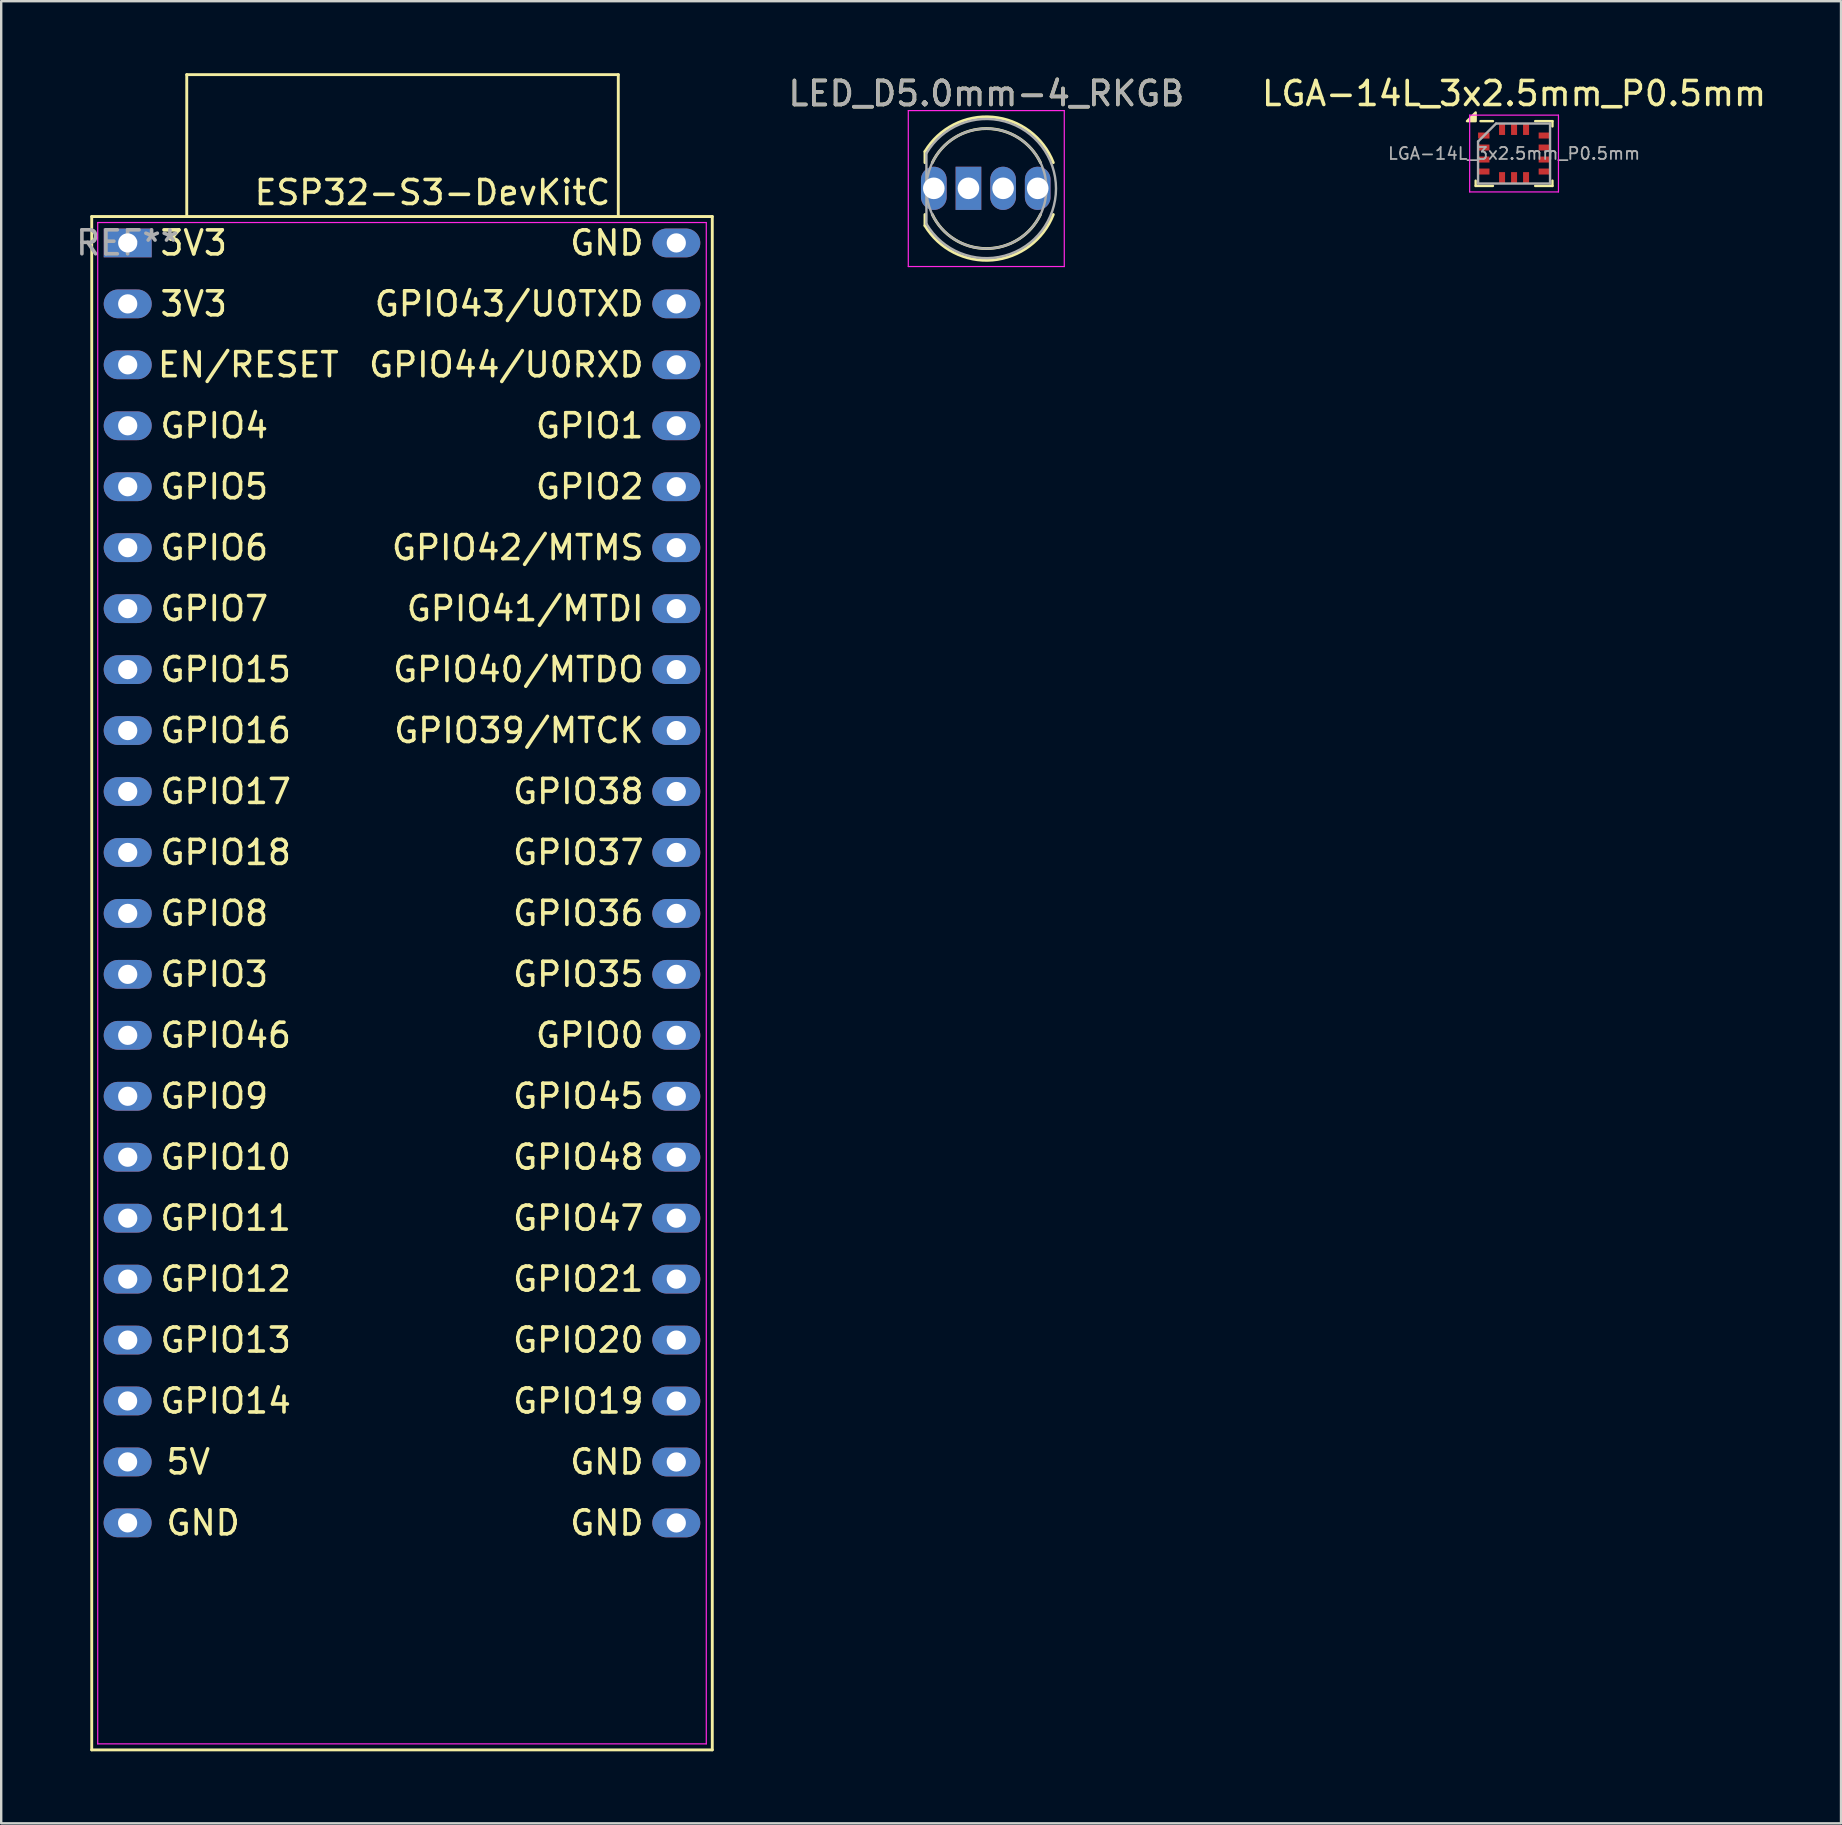
<source format=kicad_pcb>
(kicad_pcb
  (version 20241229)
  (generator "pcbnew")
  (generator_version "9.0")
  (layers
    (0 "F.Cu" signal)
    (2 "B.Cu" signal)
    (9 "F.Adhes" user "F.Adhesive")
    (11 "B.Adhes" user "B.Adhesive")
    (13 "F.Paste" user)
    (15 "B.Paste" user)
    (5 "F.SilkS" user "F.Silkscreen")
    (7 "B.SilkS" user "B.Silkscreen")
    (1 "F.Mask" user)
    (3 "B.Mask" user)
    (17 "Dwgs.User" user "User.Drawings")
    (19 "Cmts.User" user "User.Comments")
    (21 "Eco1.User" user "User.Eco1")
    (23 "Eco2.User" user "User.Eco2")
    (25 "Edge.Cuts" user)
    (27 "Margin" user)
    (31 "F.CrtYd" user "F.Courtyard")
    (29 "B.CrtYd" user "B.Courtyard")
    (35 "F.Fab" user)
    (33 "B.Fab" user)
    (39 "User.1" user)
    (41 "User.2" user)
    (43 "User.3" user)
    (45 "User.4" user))
  (footprint "ESP32-S3-DevKitC"
    (layer "F.Cu")
    (at 2.272 7.073)
    (property "Reference" "ESP32-S3-DevKitC" (at 12.7 -2.1 0) (layer "F.SilkS") (effects (font (size 1 1) (thickness 0.15))))
    (attr through_hole)
    (fp_line (start -1.5 62.797) (end 24.36 62.797) (stroke (width 0.12) (type solid)) (layer "F.SilkS"))
    (fp_line (start -1.5 -1.1) (end -1.5 62.797) (stroke (width 0.12) (type solid)) (layer "F.SilkS"))
    (fp_line (start 2.46 -7.013) (end 20.443 -7.013) (stroke (width 0.12) (type solid)) (layer "F.SilkS"))
    (fp_line (start 2.46 -1.12) (end 2.46 -7.013) (stroke (width 0.12) (type solid)) (layer "F.SilkS"))
    (fp_line (start 20.443 -7.013) (end 20.443 -1.12) (stroke (width 0.12) (type solid)) (layer "F.SilkS"))
    (fp_line (start 24.36 62.797) (end 24.36 -1.1) (stroke (width 0.12) (type solid)) (layer "F.SilkS"))
    (fp_line (start 24.36 -1.1) (end -1.5 -1.1) (stroke (width 0.12) (type solid)) (layer "F.SilkS"))
    (fp_line (start -1.25 -0.85) (end 24.11 -0.85) (stroke (width 0.05) (type solid)) (layer "F.CrtYd"))
    (fp_line (start -1.25 62.547) (end -1.25 -0.85) (stroke (width 0.05) (type solid)) (layer "F.CrtYd"))
    (fp_line (start 24.11 -0.85) (end 24.11 62.547) (stroke (width 0.05) (type solid)) (layer "F.CrtYd"))
    (fp_line (start 24.11 62.547) (end -1.25 62.547) (stroke (width 0.05) (type solid)) (layer "F.CrtYd"))
    (fp_text user "GPIO48" (at 21.59 38.1 0) (unlocked yes) (layer "F.SilkS") (effects (font (size 1 1) (thickness 0.15)) (justify right)))
    (fp_text user "GPIO36" (at 21.59 27.94 0) (unlocked yes) (layer "F.SilkS") (effects (font (size 1 1) (thickness 0.15)) (justify right)))
    (fp_text user "GPIO35" (at 21.59 30.48 0) (unlocked yes) (layer "F.SilkS") (effects (font (size 1 1) (thickness 0.15)) (justify right)))
    (fp_text user "GPIO45" (at 21.59 35.56 0) (unlocked yes) (layer "F.SilkS") (effects (font (size 1 1) (thickness 0.15)) (justify right)))
    (fp_text user "GPIO13" (at 1.27 45.72 0) (unlocked yes) (layer "F.SilkS") (effects (font (size 1 1) (thickness 0.15)) (justify left)))
    (fp_text user "GPIO12" (at 1.27 43.18 0) (unlocked yes) (layer "F.SilkS") (effects (font (size 1 1) (thickness 0.15)) (justify left)))
    (fp_text user "GPIO11" (at 1.27 40.64 0) (unlocked yes) (layer "F.SilkS") (effects (font (size 1 1) (thickness 0.15)) (justify left)))
    (fp_text user "GPIO43/U0TXD" (at 21.59 2.54 0) (unlocked yes) (layer "F.SilkS") (effects (font (size 1 1) (thickness 0.15)) (justify right)))
    (fp_text user "GPIO16" (at 1.27 20.32 0) (unlocked yes) (layer "F.SilkS") (effects (font (size 1 1) (thickness 0.15)) (justify left)))
    (fp_text user "GPIO4" (at 1.27 7.62 0) (unlocked yes) (layer "F.SilkS") (effects (font (size 1 1) (thickness 0.15)) (justify left)))
    (fp_text user "GPIO2" (at 21.59 10.16 0) (unlocked yes) (layer "F.SilkS") (effects (font (size 1 1) (thickness 0.15)) (justify right)))
    (fp_text user "3V3" (at 1.27 0 0) (unlocked yes) (layer "F.SilkS") (effects (font (size 1 1) (thickness 0.15)) (justify left)))
    (fp_text user "GPIO37" (at 21.59 25.4 0) (unlocked yes) (layer "F.SilkS") (effects (font (size 1 1) (thickness 0.15)) (justify right)))
    (fp_text user "GPIO40/MTDO" (at 21.59 17.78 0) (unlocked yes) (layer "F.SilkS") (effects (font (size 1 1) (thickness 0.15)) (justify right)))
    (fp_text user "GPIO17" (at 1.27 22.86 0) (unlocked yes) (layer "F.SilkS") (effects (font (size 1 1) (thickness 0.15)) (justify left)))
    (fp_text user "GPIO14" (at 1.27 48.26 0) (unlocked yes) (layer "F.SilkS") (effects (font (size 1 1) (thickness 0.15)) (justify left)))
    (fp_text user "GPIO18" (at 1.27 25.4 0) (unlocked yes) (layer "F.SilkS") (effects (font (size 1 1) (thickness 0.15)) (justify left)))
    (fp_text user "3V3" (at 1.27 2.54 0) (unlocked yes) (layer "F.SilkS") (effects (font (size 1 1) (thickness 0.15)) (justify left)))
    (fp_text user "GPIO3" (at 1.27 30.48 0) (unlocked yes) (layer "F.SilkS") (effects (font (size 1 1) (thickness 0.15)) (justify left)))
    (fp_text user "GND" (at 21.59 0 0) (unlocked yes) (layer "F.SilkS") (effects (font (size 1 1) (thickness 0.15)) (justify right)))
    (fp_text user "GPIO46" (at 1.27 33.02 0) (unlocked yes) (layer "F.SilkS") (effects (font (size 1 1) (thickness 0.15)) (justify left)))
    (fp_text user "EN/RESET" (at 8.886 5.077 0) (unlocked yes) (layer "F.SilkS") (effects (font (size 1 1) (thickness 0.15)) (justify right)))
    (fp_text user "GPIO10" (at 1.27 38.1 0) (unlocked yes) (layer "F.SilkS") (effects (font (size 1 1) (thickness 0.15)) (justify left)))
    (fp_text user "GPIO44/U0RXD" (at 21.59 5.08 0) (unlocked yes) (layer "F.SilkS") (effects (font (size 1 1) (thickness 0.15)) (justify right)))
    (fp_text user "GPIO9" (at 1.27 35.56 0) (unlocked yes) (layer "F.SilkS") (effects (font (size 1 1) (thickness 0.15)) (justify left)))
    (fp_text user "GPIO5" (at 1.27 10.16 0) (unlocked yes) (layer "F.SilkS") (effects (font (size 1 1) (thickness 0.15)) (justify left)))
    (fp_text user "GPIO41/MTDI" (at 21.59 15.24 0) (unlocked yes) (layer "F.SilkS") (effects (font (size 1 1) (thickness 0.15)) (justify right)))
    (fp_text user "GPIO38" (at 21.59 22.86 0) (unlocked yes) (layer "F.SilkS") (effects (font (size 1 1) (thickness 0.15)) (justify right)))
    (fp_text user "GND" (at 21.59 50.8 0) (unlocked yes) (layer "F.SilkS") (effects (font (size 1 1) (thickness 0.15)) (justify right)))
    (fp_text user "GPIO21" (at 21.59 43.18 0) (unlocked yes) (layer "F.SilkS") (effects (font (size 1 1) (thickness 0.15)) (justify right)))
    (fp_text user "GND" (at 21.59 53.34 0) (unlocked yes) (layer "F.SilkS") (effects (font (size 1 1) (thickness 0.15)) (justify right)))
    (fp_text user "GPIO15" (at 1.27 17.78 0) (unlocked yes) (layer "F.SilkS") (effects (font (size 1 1) (thickness 0.15)) (justify left)))
    (fp_text user "GPIO42/MTMS" (at 21.59 12.7 0) (unlocked yes) (layer "F.SilkS") (effects (font (size 1 1) (thickness 0.15)) (justify right)))
    (fp_text user "GPIO8" (at 1.27 27.94 0) (unlocked yes) (layer "F.SilkS") (effects (font (size 1 1) (thickness 0.15)) (justify left)))
    (fp_text user "GPIO6" (at 1.27 12.7 0) (unlocked yes) (layer "F.SilkS") (effects (font (size 1 1) (thickness 0.15)) (justify left)))
    (fp_text user "GPIO19" (at 21.59 48.26 0) (unlocked yes) (layer "F.SilkS") (effects (font (size 1 1) (thickness 0.15)) (justify right)))
    (fp_text user "GPIO1" (at 21.59 7.62 0) (unlocked yes) (layer "F.SilkS") (effects (font (size 1 1) (thickness 0.15)) (justify right)))
    (fp_text user "GPIO7" (at 1.27 15.24 0) (unlocked yes) (layer "F.SilkS") (effects (font (size 1 1) (thickness 0.15)) (justify left)))
    (fp_text user "GPIO47" (at 21.59 40.64 0) (unlocked yes) (layer "F.SilkS") (effects (font (size 1 1) (thickness 0.15)) (justify right)))
    (fp_text user "GPIO20" (at 21.59 45.72 0) (unlocked yes) (layer "F.SilkS") (effects (font (size 1 1) (thickness 0.15)) (justify right)))
    (fp_text user "GPIO0" (at 21.59 33.02 0) (unlocked yes) (layer "F.SilkS") (effects (font (size 1 1) (thickness 0.15)) (justify right)))
    (fp_text user "5V" (at 1.52 50.797 0) (unlocked yes) (layer "F.SilkS") (effects (font (size 1 1) (thickness 0.15)) (justify left)))
    (fp_text user "GND" (at 1.52 53.337 0) (unlocked yes) (layer "F.SilkS") (effects (font (size 1 1) (thickness 0.15)) (justify left)))
    (fp_text user "GPIO39/MTCK" (at 21.59 20.32 0) (unlocked yes) (layer "F.SilkS") (effects (font (size 1 1) (thickness 0.15)) (justify right)))
    (fp_text user "REF**" (at -0.004 -0.003 0) (layer "F.Fab") (effects (font (size 1 1) (thickness 0.15))))
    (pad "1" thru_hole rect (at 0 0 270) (size 1.2 2) (drill 0.8) (layers "*.Cu" "*.Mask"))
    (pad "2" thru_hole oval (at 0 2.54 270) (size 1.2 2) (drill 0.8) (layers "*.Cu" "*.Mask"))
    (pad "3" thru_hole oval (at 0 5.08 270) (size 1.2 2) (drill 0.8) (layers "*.Cu" "*.Mask"))
    (pad "4" thru_hole oval (at 0 7.62 270) (size 1.2 2) (drill 0.8) (layers "*.Cu" "*.Mask"))
    (pad "5" thru_hole oval (at 0 10.16 270) (size 1.2 2) (drill 0.8) (layers "*.Cu" "*.Mask"))
    (pad "6" thru_hole oval (at 0 12.7 270) (size 1.2 2) (drill 0.8) (layers "*.Cu" "*.Mask"))
    (pad "7" thru_hole oval (at 0 15.24 270) (size 1.2 2) (drill 0.8) (layers "*.Cu" "*.Mask"))
    (pad "8" thru_hole oval (at 0 17.78 270) (size 1.2 2) (drill 0.8) (layers "*.Cu" "*.Mask"))
    (pad "9" thru_hole oval (at 0 20.32 270) (size 1.2 2) (drill 0.8) (layers "*.Cu" "*.Mask"))
    (pad "10" thru_hole oval (at 0 22.86 270) (size 1.2 2) (drill 0.8) (layers "*.Cu" "*.Mask"))
    (pad "11" thru_hole oval (at 0 25.4 270) (size 1.2 2) (drill 0.8) (layers "*.Cu" "*.Mask"))
    (pad "12" thru_hole oval (at 0 27.94 270) (size 1.2 2) (drill 0.8) (layers "*.Cu" "*.Mask"))
    (pad "13" thru_hole oval (at 0 30.48 270) (size 1.2 2) (drill 0.8) (layers "*.Cu" "*.Mask"))
    (pad "14" thru_hole oval (at 0 33.02 270) (size 1.2 2) (drill 0.8) (layers "*.Cu" "*.Mask"))
    (pad "15" thru_hole oval (at 0 35.56 270) (size 1.2 2) (drill 0.8) (layers "*.Cu" "*.Mask"))
    (pad "16" thru_hole oval (at 0 38.1 270) (size 1.2 2) (drill 0.8) (layers "*.Cu" "*.Mask"))
    (pad "17" thru_hole oval (at 0 40.64 270) (size 1.2 2) (drill 0.8) (layers "*.Cu" "*.Mask"))
    (pad "18" thru_hole oval (at 0 43.18 270) (size 1.2 2) (drill 0.8) (layers "*.Cu" "*.Mask"))
    (pad "19" thru_hole oval (at 0 45.72 270) (size 1.2 2) (drill 0.8) (layers "*.Cu" "*.Mask"))
    (pad "20" thru_hole oval (at -0.004 48.257 270) (size 1.2 2) (drill 0.8) (layers "*.Cu" "*.Mask"))
    (pad "21" thru_hole oval (at -0.004 50.797 270) (size 1.2 2) (drill 0.8) (layers "*.Cu" "*.Mask"))
    (pad "22" thru_hole oval (at -0.004 53.337 270) (size 1.2 2) (drill 0.8) (layers "*.Cu" "*.Mask"))
    (pad "23" thru_hole oval (at 22.86 53.34 270) (size 1.2 2) (drill 0.8) (layers "*.Cu" "*.Mask"))
    (pad "24" thru_hole oval (at 22.86 50.8 270) (size 1.2 2) (drill 0.8) (layers "*.Cu" "*.Mask"))
    (pad "25" thru_hole oval (at 22.86 48.26 270) (size 1.2 2) (drill 0.8) (layers "*.Cu" "*.Mask"))
    (pad "26" thru_hole oval (at 22.86 45.72 270) (size 1.2 2) (drill 0.8) (layers "*.Cu" "*.Mask"))
    (pad "27" thru_hole oval (at 22.86 43.18 270) (size 1.2 2) (drill 0.8) (layers "*.Cu" "*.Mask"))
    (pad "28" thru_hole oval (at 22.86 40.64 270) (size 1.2 2) (drill 0.8) (layers "*.Cu" "*.Mask"))
    (pad "29" thru_hole oval (at 22.86 38.1 270) (size 1.2 2) (drill 0.8) (layers "*.Cu" "*.Mask"))
    (pad "30" thru_hole oval (at 22.86 35.56 270) (size 1.2 2) (drill 0.8) (layers "*.Cu" "*.Mask"))
    (pad "31" thru_hole oval (at 22.86 33.02 270) (size 1.2 2) (drill 0.8) (layers "*.Cu" "*.Mask"))
    (pad "32" thru_hole oval (at 22.86 30.48 270) (size 1.2 2) (drill 0.8) (layers "*.Cu" "*.Mask"))
    (pad "33" thru_hole oval (at 22.86 27.94 270) (size 1.2 2) (drill 0.8) (layers "*.Cu" "*.Mask"))
    (pad "34" thru_hole oval (at 22.86 25.4 270) (size 1.2 2) (drill 0.8) (layers "*.Cu" "*.Mask"))
    (pad "35" thru_hole oval (at 22.86 22.86 270) (size 1.2 2) (drill 0.8) (layers "*.Cu" "*.Mask"))
    (pad "36" thru_hole oval (at 22.86 20.32 270) (size 1.2 2) (drill 0.8) (layers "*.Cu" "*.Mask"))
    (pad "37" thru_hole oval (at 22.86 17.78 270) (size 1.2 2) (drill 0.8) (layers "*.Cu" "*.Mask"))
    (pad "38" thru_hole oval (at 22.86 15.24 270) (size 1.2 2) (drill 0.8) (layers "*.Cu" "*.Mask"))
    (pad "39" thru_hole oval (at 22.86 12.7 270) (size 1.2 2) (drill 0.8) (layers "*.Cu" "*.Mask"))
    (pad "40" thru_hole oval (at 22.86 10.16 270) (size 1.2 2) (drill 0.8) (layers "*.Cu" "*.Mask"))
    (pad "41" thru_hole oval (at 22.86 7.62 270) (size 1.2 2) (drill 0.8) (layers "*.Cu" "*.Mask"))
    (pad "42" thru_hole oval (at 22.86 5.08 270) (size 1.2 2) (drill 0.8) (layers "*.Cu" "*.Mask"))
    (pad "43" thru_hole oval (at 22.86 2.54 270) (size 1.2 2) (drill 0.8) (layers "*.Cu" "*.Mask"))
    (pad "44" thru_hole oval (at 22.86 0 270) (size 1.2 2) (drill 0.8) (layers "*.Cu" "*.Mask")))
  (footprint "LED_D5.0mm-4_RKGB"
    (layer "F.Cu")
    (at 36.15 4.808)
    (property "Reference" "LED_D5.0mm-4_RKGB" (at 1.905 -3.96 0) (layer "F.SilkS") (effects (font (size 1 1) (thickness 0.15))))
    (attr through_hole)
    (fp_line (start -0.655 -1.545) (end -0.655 -1.08) (stroke (width 0.12) (type solid)) (layer "F.SilkS"))
    (fp_line (start -0.655 1.08) (end -0.655 1.545) (stroke (width 0.12) (type solid)) (layer "F.SilkS"))
    (fp_arc (start -0.655 -1.54483) (mid 2.163456 -2.978809) (end 4.692815 -1.080827) (stroke (width 0.12) (type solid)) (layer "F.SilkS"))
    (fp_arc (start -0.349684 -1.08) (mid 1.904762 -2.5) (end 4.159479 -1.080429) (stroke (width 0.12) (type solid)) (layer "F.SilkS"))
    (fp_arc (start 4.159479 1.080429) (mid 1.904762 2.5) (end -0.349684 1.08) (stroke (width 0.12) (type solid)) (layer "F.SilkS"))
    (fp_arc (start 4.692815 1.080827) (mid 2.163456 2.978808) (end -0.655 1.54483) (stroke (width 0.12) (type solid)) (layer "F.SilkS"))
    (fp_line (start -1.35 -3.25) (end -1.35 3.25) (stroke (width 0.05) (type solid)) (layer "F.CrtYd"))
    (fp_line (start -1.35 3.25) (end 5.15 3.25) (stroke (width 0.05) (type solid)) (layer "F.CrtYd"))
    (fp_line (start 5.15 -3.25) (end -1.35 -3.25) (stroke (width 0.05) (type solid)) (layer "F.CrtYd"))
    (fp_line (start 5.15 3.25) (end 5.15 -3.25) (stroke (width 0.05) (type solid)) (layer "F.CrtYd"))
    (fp_line (start -0.595 -1.47) (end -0.595 1.47) (stroke (width 0.1) (type solid)) (layer "F.Fab"))
    (fp_arc (start -0.595 -1.469694) (mid 4.805 0.000016) (end -0.595016 1.469666) (stroke (width 0.1) (type solid)) (layer "F.Fab"))
    (fp_circle (center 1.905 0) (end 4.405 0) (stroke (width 0.1) (type solid)) (fill no) (layer "F.Fab"))
    (fp_text user "${REFERENCE}" (at 1.905 -3.96 0) (layer "F.Fab") (effects (font (size 1 1) (thickness 0.15))))
    (pad "1" thru_hole oval (at -0.287 -0.01) (size 1.07 1.8) (drill 0.9) (layers "*.Cu" "*.Mask"))
    (pad "2" thru_hole rect (at 1.157 -0.01) (size 1.07 1.8) (drill 0.9) (layers "*.Cu" "*.Mask"))
    (pad "3" thru_hole oval (at 2.6 -0.01) (size 1.07 1.8) (drill 0.9) (layers "*.Cu" "*.Mask"))
    (pad "4" thru_hole oval (at 4.043 -0.01) (size 1.07 1.8) (drill 0.9) (layers "*.Cu" "*.Mask")))
  (footprint "LGA-14L_3x2.5mm_P0.5mm"
    (layer "F.Cu")
    (at 60.043 3.348)
    (property "Reference" "LGA-14L_3x2.5mm_P0.5mm" (at 0 -2.5 0) (layer "F.SilkS") (effects (font (size 1 1) (thickness 0.15))))
    (attr smd)
    (fp_line (start -1.6 1.35) (end -1.6 1.13) (stroke (width 0.1) (type solid)) (layer "F.SilkS"))
    (fp_line (start -1.6 1.35) (end -0.88 1.35) (stroke (width 0.1) (type solid)) (layer "F.SilkS"))
    (fp_line (start -1.4 -1.35) (end -0.88 -1.35) (stroke (width 0.1) (type solid)) (layer "F.SilkS"))
    (fp_line (start 0.88 -1.35) (end 1.6 -1.35) (stroke (width 0.1) (type solid)) (layer "F.SilkS"))
    (fp_line (start 1.6 -1.35) (end 1.6 -1.13) (stroke (width 0.1) (type solid)) (layer "F.SilkS"))
    (fp_line (start 1.6 1.13) (end 1.6 1.35) (stroke (width 0.1) (type solid)) (layer "F.SilkS"))
    (fp_line (start 1.6 1.35) (end 0.88 1.35) (stroke (width 0.1) (type solid)) (layer "F.SilkS"))
    (fp_poly (pts (xy -1.6 -1.35) (xy -1.96 -1.35) (xy -1.6 -1.71) (xy -1.6 -1.35)) (stroke (width 0.1) (type solid)) (fill yes) (layer "F.SilkS"))
    (fp_line (start -1.85 -1.6) (end 1.85 -1.6) (stroke (width 0.05) (type solid)) (layer "F.CrtYd"))
    (fp_line (start -1.85 1.6) (end -1.85 -1.6) (stroke (width 0.05) (type solid)) (layer "F.CrtYd"))
    (fp_line (start 1.85 -1.6) (end 1.85 1.6) (stroke (width 0.05) (type solid)) (layer "F.CrtYd"))
    (fp_line (start 1.85 1.6) (end -1.85 1.6) (stroke (width 0.05) (type solid)) (layer "F.CrtYd"))
    (fp_line (start -1.5 1.25) (end -1.5 -0.5) (stroke (width 0.1) (type solid)) (layer "F.Fab"))
    (fp_line (start -0.75 -1.25) (end -1.5 -0.5) (stroke (width 0.1) (type solid)) (layer "F.Fab"))
    (fp_line (start -0.75 -1.25) (end 1.5 -1.25) (stroke (width 0.1) (type solid)) (layer "F.Fab"))
    (fp_line (start 1.5 -1.25) (end 1.5 1.25) (stroke (width 0.1) (type solid)) (layer "F.Fab"))
    (fp_line (start 1.5 1.25) (end -1.5 1.25) (stroke (width 0.1) (type solid)) (layer "F.Fab"))
    (fp_text user "${REFERENCE}" (at 0 0 0) (layer "F.Fab") (effects (font (size 0.5 0.5) (thickness 0.075))))
    (pad "1" smd rect (at -1.262 -0.75) (size 0.475 0.25) (layers "F.Cu" "F.Mask" "F.Paste"))
    (pad "2" smd rect (at -1.262 -0.25) (size 0.475 0.25) (layers "F.Cu" "F.Mask" "F.Paste"))
    (pad "3" smd rect (at -1.262 0.25) (size 0.475 0.25) (layers "F.Cu" "F.Mask" "F.Paste"))
    (pad "4" smd rect (at -1.262 0.75) (size 0.475 0.25) (layers "F.Cu" "F.Mask" "F.Paste"))
    (pad "5" smd rect (at -0.5 1.012) (size 0.25 0.475) (layers "F.Cu" "F.Mask" "F.Paste"))
    (pad "6" smd rect (at 0 1.012) (size 0.25 0.475) (layers "F.Cu" "F.Mask" "F.Paste"))
    (pad "7" smd rect (at 0.5 1.012) (size 0.25 0.475) (layers "F.Cu" "F.Mask" "F.Paste"))
    (pad "8" smd rect (at 1.262 0.75) (size 0.475 0.25) (layers "F.Cu" "F.Mask" "F.Paste"))
    (pad "9" smd rect (at 1.262 0.25) (size 0.475 0.25) (layers "F.Cu" "F.Mask" "F.Paste"))
    (pad "10" smd rect (at 1.262 -0.25) (size 0.475 0.25) (layers "F.Cu" "F.Mask" "F.Paste"))
    (pad "11" smd rect (at 1.262 -0.75) (size 0.475 0.25) (layers "F.Cu" "F.Mask" "F.Paste"))
    (pad "12" smd rect (at 0.5 -1.012) (size 0.25 0.475) (layers "F.Cu" "F.Mask" "F.Paste"))
    (pad "13" smd rect (at 0 -1.012) (size 0.25 0.475) (layers "F.Cu" "F.Mask" "F.Paste"))
    (pad "14" smd rect (at -0.5 -1.012) (size 0.25 0.475) (layers "F.Cu" "F.Mask" "F.Paste")))
  (gr_rect
    (start -3 -3)
    (end 73.668 72.93)
    (stroke (width 0.1) (type default))
    (fill no)
    (layer "Edge.Cuts")))
</source>
